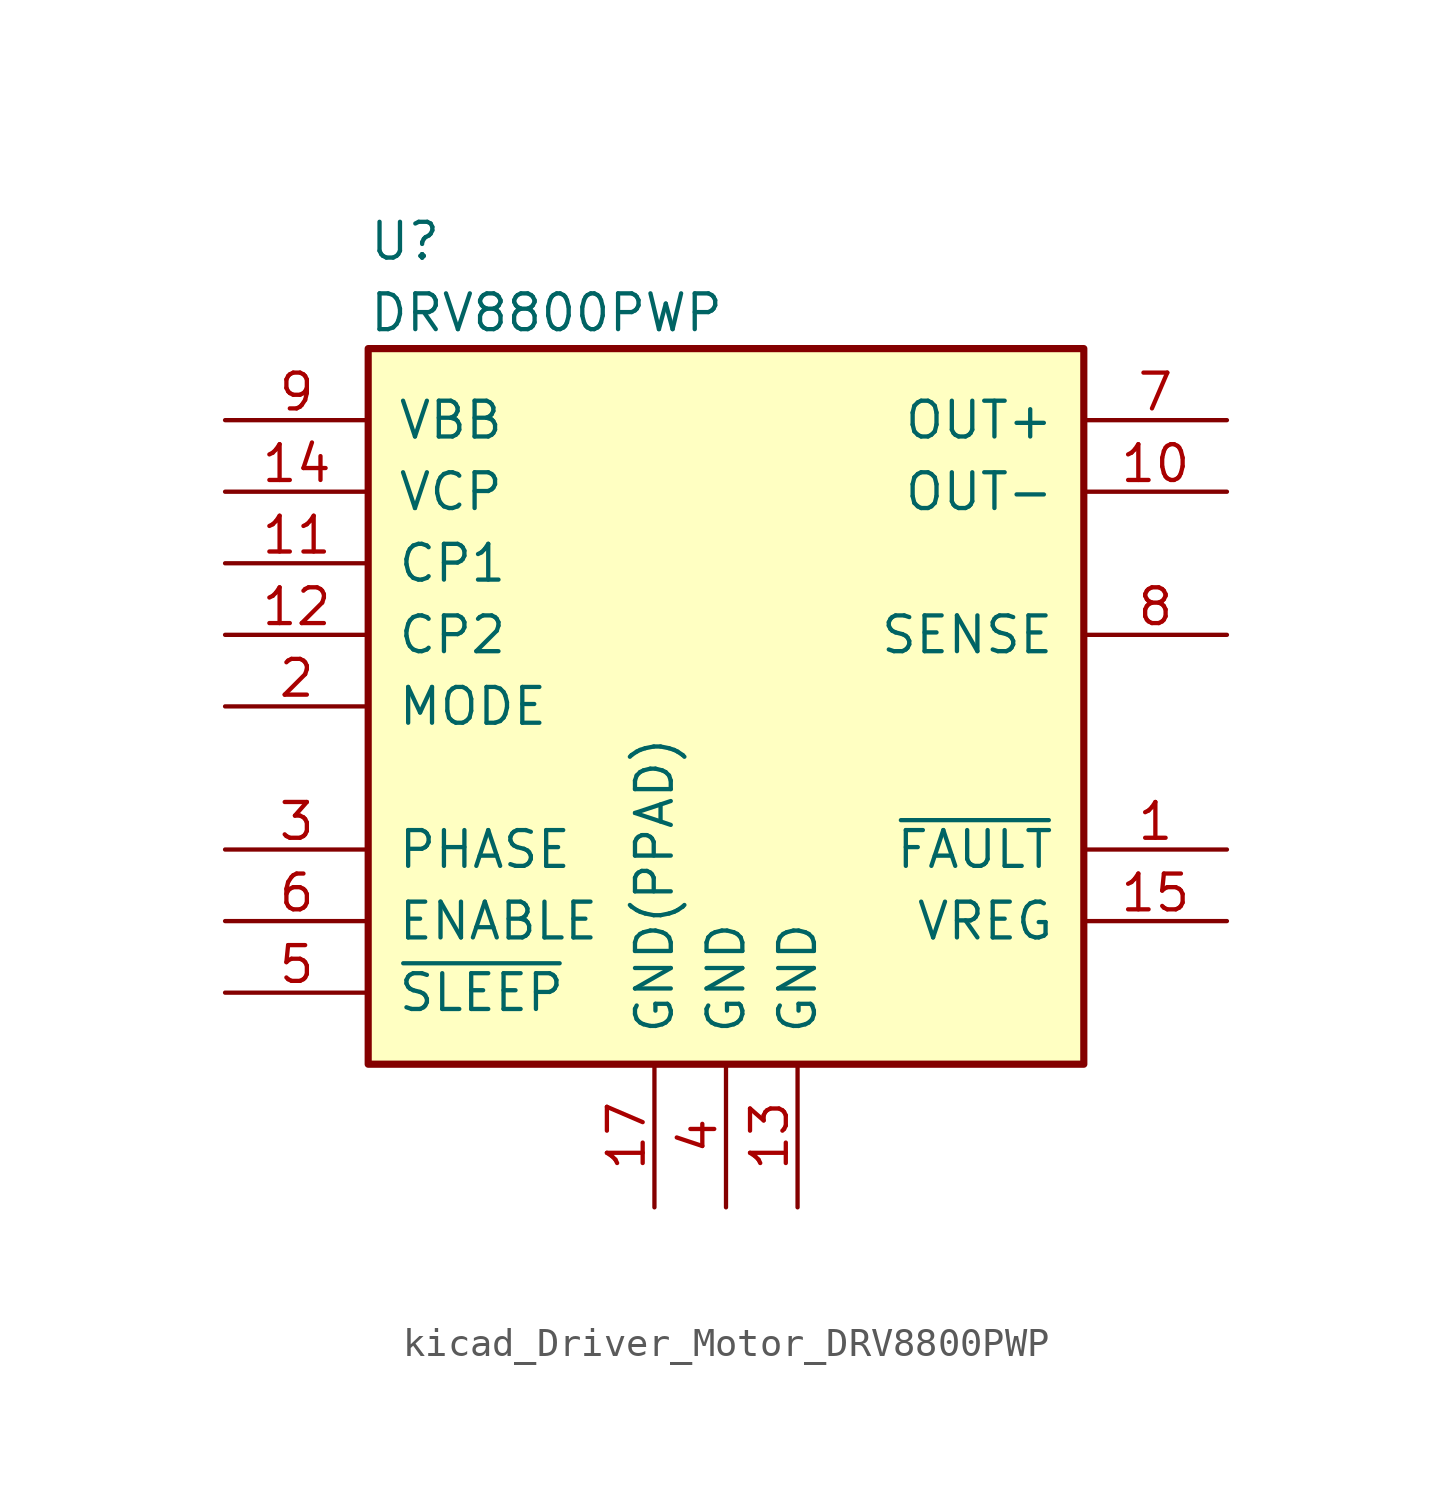
<source format=kicad_sym>
(kicad_symbol_lib
  (version 20220914)
  (generator kicad_symbol_editor)
  (symbol "kicad_Driver_Motor_DRV8800PWP"
    (pin_names
      (offset 1.016))
    (property "Reference" "U"
      (at -12.7 16.51 0)
      (effects (font (size 1.27 1.27)) (justify left)))
    (property "Value" "DRV8800PWP"
      (at -12.7 13.97 0)
      (effects (font (size 1.27 1.27)) (justify left)))
    (symbol "kicad_Driver_Motor_DRV8800PWP_0_1"
      (rectangle (start -12.7 12.7) (end 12.7 -12.7) (stroke (width 0.254) (type default)) (fill (type background))))
    (symbol "kicad_Driver_Motor_DRV8800PWP_1_1"
      (pin open_collector line (at 17.78 -5.08 180) (length 5.08) (name "~{FAULT}" (effects (font (size 1.27 1.27)))) (number "1" (effects (font (size 1.27 1.27)))))
      (pin power_out line (at 17.78 7.62 180) (length 5.08) (name "OUT-" (effects (font (size 1.27 1.27)))) (number "10" (effects (font (size 1.27 1.27)))))
      (pin power_in line (at -17.78 5.08 0) (length 5.08) (name "CP1" (effects (font (size 1.27 1.27)))) (number "11" (effects (font (size 1.27 1.27)))))
      (pin power_in line (at -17.78 2.54 0) (length 5.08) (name "CP2" (effects (font (size 1.27 1.27)))) (number "12" (effects (font (size 1.27 1.27)))))
      (pin power_in line (at 2.54 -17.78 90) (length 5.08) (name "GND" (effects (font (size 1.27 1.27)))) (number "13" (effects (font (size 1.27 1.27)))))
      (pin power_in line (at -17.78 7.62 0) (length 5.08) (name "VCP" (effects (font (size 1.27 1.27)))) (number "14" (effects (font (size 1.27 1.27)))))
      (pin output line (at 17.78 -7.62 180) (length 5.08) (name "VREG" (effects (font (size 1.27 1.27)))) (number "15" (effects (font (size 1.27 1.27)))))
      (pin no_connect line (at -12.7 -2.54 0) (length 5.08) hide (name "NC" (effects (font (size 1.27 1.27)))) (number "16" (effects (font (size 1.27 1.27)))))
      (pin power_in line (at -2.54 -17.78 90) (length 5.08) (name "GND(PPAD)" (effects (font (size 1.27 1.27)))) (number "17" (effects (font (size 1.27 1.27)))))
      (pin input line (at -17.78 0 0) (length 5.08) (name "MODE" (effects (font (size 1.27 1.27)))) (number "2" (effects (font (size 1.27 1.27)))))
      (pin input line (at -17.78 -5.08 0) (length 5.08) (name "PHASE" (effects (font (size 1.27 1.27)))) (number "3" (effects (font (size 1.27 1.27)))))
      (pin power_in line (at 0 -17.78 90) (length 5.08) (name "GND" (effects (font (size 1.27 1.27)))) (number "4" (effects (font (size 1.27 1.27)))))
      (pin input line (at -17.78 -10.16 0) (length 5.08) (name "~{SLEEP}" (effects (font (size 1.27 1.27)))) (number "5" (effects (font (size 1.27 1.27)))))
      (pin input line (at -17.78 -7.62 0) (length 5.08) (name "ENABLE" (effects (font (size 1.27 1.27)))) (number "6" (effects (font (size 1.27 1.27)))))
      (pin power_out line (at 17.78 10.16 180) (length 5.08) (name "OUT+" (effects (font (size 1.27 1.27)))) (number "7" (effects (font (size 1.27 1.27)))))
      (pin power_out line (at 17.78 2.54 180) (length 5.08) (name "SENSE" (effects (font (size 1.27 1.27)))) (number "8" (effects (font (size 1.27 1.27)))))
      (pin power_in line (at -17.78 10.16 0) (length 5.08) (name "VBB" (effects (font (size 1.27 1.27)))) (number "9" (effects (font (size 1.27 1.27))))))))
</source>
